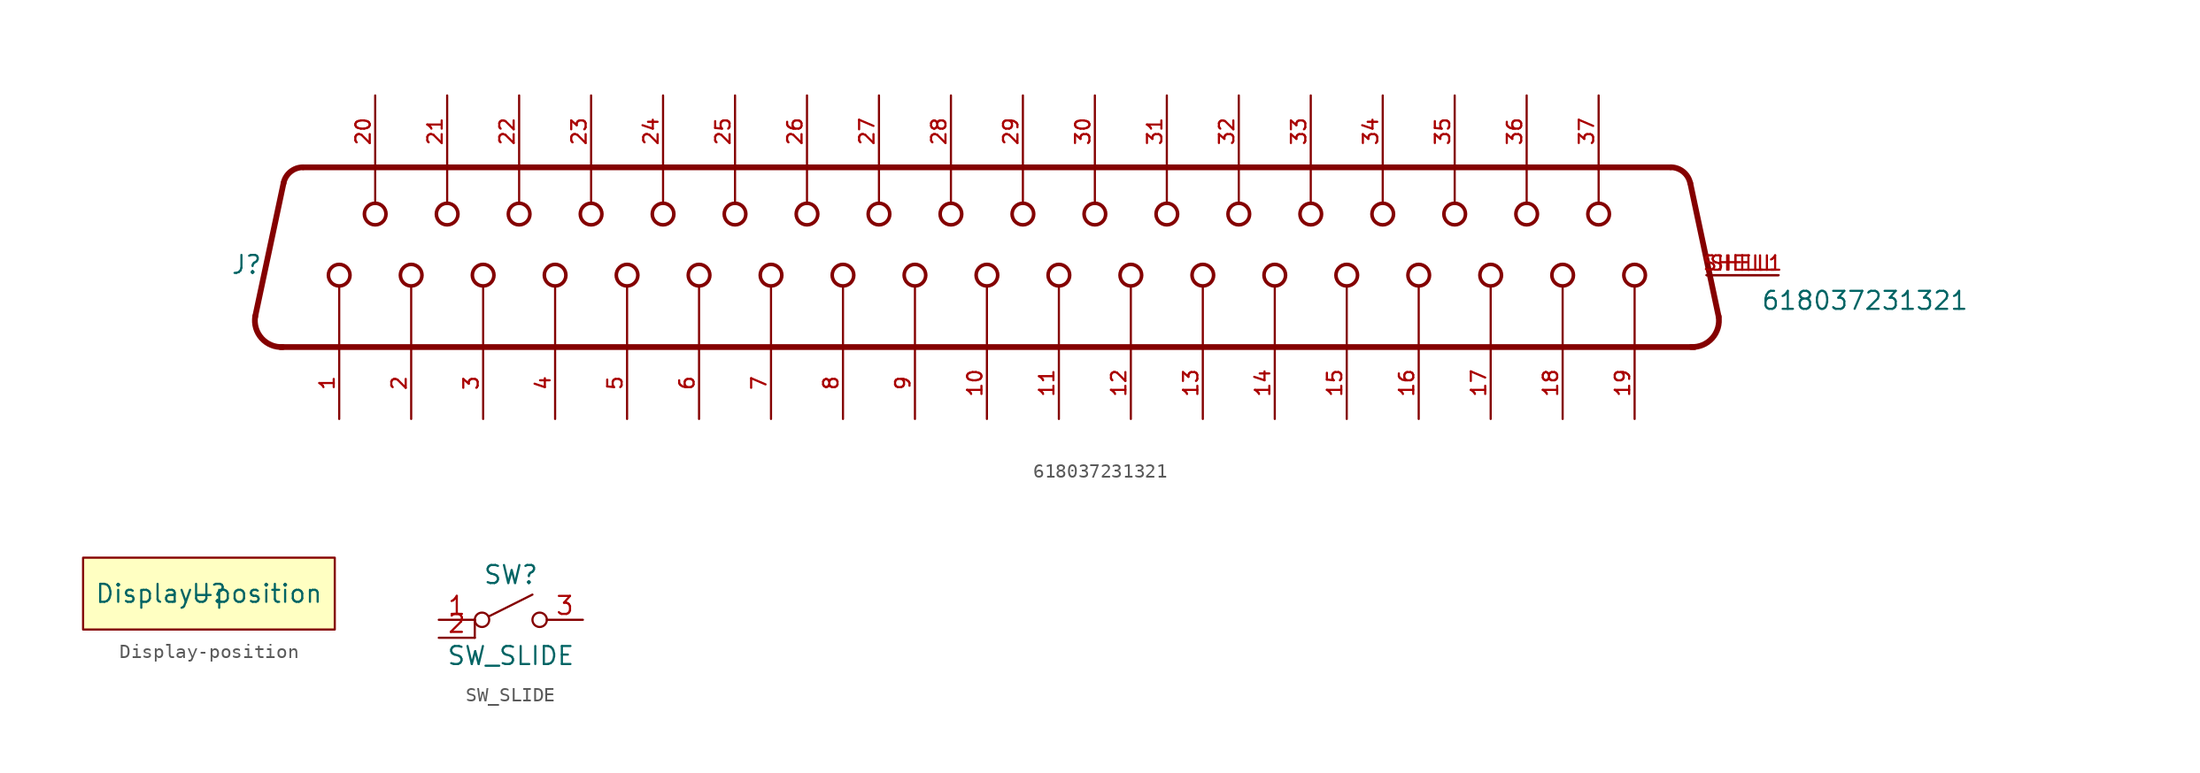
<source format=kicad_sym>
(kicad_symbol_lib
  (version 20220914)
  (generator kicad_symbol_editor)
  (symbol "618037231321"
    (pin_names
      (offset 1.016))
    (property "Reference" "J"
      (at -57.198 -0.002 0)
      (effects (font (size 1.27 1.27)) (justify left bottom)))
    (property "Value" "618037231321"
      (at 50.807 -2.54 0)
      (effects (font (size 1.27 1.27)) (justify left bottom)))
    (symbol "618037231321_0_0"
      (arc (start -55.4569 -2.9006) (mid -55.0079 -4.456) (end -53.5142 -5.078) (stroke (width 0.4064) (type default)) (fill (type none)))
      (arc (start -52.0918 7.624) (mid -52.9711 7.305) (end -53.4594 6.5054) (stroke (width 0.4064) (type default)) (fill (type none)))
      (circle (center -49.53 0) (radius 0.762) (stroke (width 0.254) (type default)) (fill (type none)))
      (circle (center -46.99 4.318) (radius 0.762) (stroke (width 0.254) (type default)) (fill (type none)))
      (circle (center -44.45 0) (radius 0.762) (stroke (width 0.254) (type default)) (fill (type none)))
      (circle (center -41.91 4.318) (radius 0.762) (stroke (width 0.254) (type default)) (fill (type none)))
      (circle (center -39.37 0) (radius 0.762) (stroke (width 0.254) (type default)) (fill (type none)))
      (circle (center -36.83 4.318) (radius 0.762) (stroke (width 0.254) (type default)) (fill (type none)))
      (circle (center -34.29 0) (radius 0.762) (stroke (width 0.254) (type default)) (fill (type none)))
      (circle (center -31.75 4.318) (radius 0.762) (stroke (width 0.254) (type default)) (fill (type none)))
      (circle (center -29.21 0) (radius 0.762) (stroke (width 0.254) (type default)) (fill (type none)))
      (circle (center -26.67 4.318) (radius 0.762) (stroke (width 0.254) (type default)) (fill (type none)))
      (circle (center -24.13 0) (radius 0.762) (stroke (width 0.254) (type default)) (fill (type none)))
      (circle (center -21.59 4.318) (radius 0.762) (stroke (width 0.254) (type default)) (fill (type none)))
      (circle (center -19.05 0) (radius 0.762) (stroke (width 0.254) (type default)) (fill (type none)))
      (circle (center -16.51 4.318) (radius 0.762) (stroke (width 0.254) (type default)) (fill (type none)))
      (circle (center -13.97 0) (radius 0.762) (stroke (width 0.254) (type default)) (fill (type none)))
      (circle (center -11.43 4.318) (radius 0.762) (stroke (width 0.254) (type default)) (fill (type none)))
      (circle (center -8.89 0) (radius 0.762) (stroke (width 0.254) (type default)) (fill (type none)))
      (circle (center -6.35 4.318) (radius 0.762) (stroke (width 0.254) (type default)) (fill (type none)))
      (circle (center -3.81 0) (radius 0.762) (stroke (width 0.254) (type default)) (fill (type none)))
      (circle (center -1.27 4.318) (radius 0.762) (stroke (width 0.254) (type default)) (fill (type none)))
      (polyline (pts (xy -55.466 -2.95) (xy -53.459 6.505)) (stroke (width 0.406) (type default)) (fill (type none)))
      (polyline (pts (xy -52.07 7.62) (xy 39.37 7.62)) (stroke (width 0.406) (type default)) (fill (type none)))
      (polyline (pts (xy -49.53 -5.08) (xy -49.53 -0.762)) (stroke (width 0.152) (type default)) (fill (type none)))
      (polyline (pts (xy -46.99 7.62) (xy -46.99 5.08)) (stroke (width 0.152) (type default)) (fill (type none)))
      (polyline (pts (xy -44.45 -5.08) (xy -44.45 -0.762)) (stroke (width 0.152) (type default)) (fill (type none)))
      (polyline (pts (xy -41.91 7.62) (xy -41.91 5.08)) (stroke (width 0.152) (type default)) (fill (type none)))
      (polyline (pts (xy -39.37 -5.08) (xy -39.37 -0.762)) (stroke (width 0.152) (type default)) (fill (type none)))
      (polyline (pts (xy -36.83 7.62) (xy -36.83 5.08)) (stroke (width 0.152) (type default)) (fill (type none)))
      (polyline (pts (xy -34.29 -5.08) (xy -34.29 -0.762)) (stroke (width 0.152) (type default)) (fill (type none)))
      (polyline (pts (xy -31.75 7.62) (xy -31.75 5.08)) (stroke (width 0.152) (type default)) (fill (type none)))
      (polyline (pts (xy -29.21 -5.08) (xy -29.21 -0.762)) (stroke (width 0.152) (type default)) (fill (type none)))
      (polyline (pts (xy -26.67 7.62) (xy -26.67 5.08)) (stroke (width 0.152) (type default)) (fill (type none)))
      (polyline (pts (xy -24.13 -5.08) (xy -24.13 -0.762)) (stroke (width 0.152) (type default)) (fill (type none)))
      (polyline (pts (xy -21.59 7.62) (xy -21.59 5.08)) (stroke (width 0.152) (type default)) (fill (type none)))
      (polyline (pts (xy -19.05 -5.08) (xy -19.05 -0.762)) (stroke (width 0.152) (type default)) (fill (type none)))
      (polyline (pts (xy -16.51 7.62) (xy -16.51 5.08)) (stroke (width 0.152) (type default)) (fill (type none)))
      (polyline (pts (xy -13.97 -5.08) (xy -13.97 -0.762)) (stroke (width 0.152) (type default)) (fill (type none)))
      (polyline (pts (xy -11.43 7.62) (xy -11.43 5.08)) (stroke (width 0.152) (type default)) (fill (type none)))
      (polyline (pts (xy -8.89 -5.08) (xy -8.89 -0.762)) (stroke (width 0.152) (type default)) (fill (type none)))
      (polyline (pts (xy -6.35 7.62) (xy -6.35 5.08)) (stroke (width 0.152) (type default)) (fill (type none)))
      (polyline (pts (xy -3.81 -5.08) (xy -3.81 -0.762)) (stroke (width 0.152) (type default)) (fill (type none)))
      (polyline (pts (xy -1.27 7.62) (xy -1.27 5.08)) (stroke (width 0.152) (type default)) (fill (type none)))
      (polyline (pts (xy 1.27 -5.08) (xy 1.27 -0.762)) (stroke (width 0.152) (type default)) (fill (type none)))
      (polyline (pts (xy 3.81 7.62) (xy 3.81 5.08)) (stroke (width 0.152) (type default)) (fill (type none)))
      (polyline (pts (xy 6.35 -5.08) (xy 6.35 -0.762)) (stroke (width 0.152) (type default)) (fill (type none)))
      (polyline (pts (xy 8.89 7.62) (xy 8.89 5.08)) (stroke (width 0.152) (type default)) (fill (type none)))
      (polyline (pts (xy 11.43 -5.08) (xy 11.43 -0.762)) (stroke (width 0.152) (type default)) (fill (type none)))
      (polyline (pts (xy 13.97 7.62) (xy 13.97 5.08)) (stroke (width 0.152) (type default)) (fill (type none)))
      (polyline (pts (xy 16.51 -5.08) (xy 16.51 -0.762)) (stroke (width 0.152) (type default)) (fill (type none)))
      (polyline (pts (xy 19.05 7.62) (xy 19.05 5.08)) (stroke (width 0.152) (type default)) (fill (type none)))
      (polyline (pts (xy 21.59 -5.08) (xy 21.59 -0.762)) (stroke (width 0.152) (type default)) (fill (type none)))
      (polyline (pts (xy 24.13 7.62) (xy 24.13 5.08)) (stroke (width 0.152) (type default)) (fill (type none)))
      (polyline (pts (xy 26.67 -5.08) (xy 26.67 -0.762)) (stroke (width 0.152) (type default)) (fill (type none)))
      (polyline (pts (xy 29.21 7.62) (xy 29.21 5.08)) (stroke (width 0.152) (type default)) (fill (type none)))
      (polyline (pts (xy 31.75 -5.08) (xy 31.75 -0.762)) (stroke (width 0.152) (type default)) (fill (type none)))
      (polyline (pts (xy 34.29 7.62) (xy 34.29 5.08)) (stroke (width 0.152) (type default)) (fill (type none)))
      (polyline (pts (xy 36.83 -5.08) (xy 36.83 -0.762)) (stroke (width 0.152) (type default)) (fill (type none)))
      (polyline (pts (xy 39.37 7.62) (xy 39.37 5.08)) (stroke (width 0.152) (type default)) (fill (type none)))
      (polyline (pts (xy 39.37 7.62) (xy 44.45 7.62)) (stroke (width 0.406) (type default)) (fill (type none)))
      (polyline (pts (xy 41.91 -5.08) (xy 41.91 -0.762)) (stroke (width 0.152) (type default)) (fill (type none)))
      (polyline (pts (xy 46.15 -5.08) (xy -53.67 -5.08)) (stroke (width 0.406) (type default)) (fill (type none)))
      (polyline (pts (xy 47.846 -2.95) (xy 45.839 6.505)) (stroke (width 0.406) (type default)) (fill (type none)))
      (circle (center 1.27 0) (radius 0.762) (stroke (width 0.254) (type default)) (fill (type none)))
      (circle (center 3.81 4.318) (radius 0.762) (stroke (width 0.254) (type default)) (fill (type none)))
      (circle (center 6.35 0) (radius 0.762) (stroke (width 0.254) (type default)) (fill (type none)))
      (circle (center 8.89 4.318) (radius 0.762) (stroke (width 0.254) (type default)) (fill (type none)))
      (circle (center 11.43 0) (radius 0.762) (stroke (width 0.254) (type default)) (fill (type none)))
      (circle (center 13.97 4.318) (radius 0.762) (stroke (width 0.254) (type default)) (fill (type none)))
      (circle (center 16.51 0) (radius 0.762) (stroke (width 0.254) (type default)) (fill (type none)))
      (circle (center 19.05 4.318) (radius 0.762) (stroke (width 0.254) (type default)) (fill (type none)))
      (circle (center 21.59 0) (radius 0.762) (stroke (width 0.254) (type default)) (fill (type none)))
      (circle (center 24.13 4.318) (radius 0.762) (stroke (width 0.254) (type default)) (fill (type none)))
      (circle (center 26.67 0) (radius 0.762) (stroke (width 0.254) (type default)) (fill (type none)))
      (circle (center 29.21 4.318) (radius 0.762) (stroke (width 0.254) (type default)) (fill (type none)))
      (circle (center 31.75 0) (radius 0.762) (stroke (width 0.254) (type default)) (fill (type none)))
      (circle (center 34.29 4.318) (radius 0.762) (stroke (width 0.254) (type default)) (fill (type none)))
      (circle (center 36.83 0) (radius 0.762) (stroke (width 0.254) (type default)) (fill (type none)))
      (circle (center 39.37 4.318) (radius 0.762) (stroke (width 0.254) (type default)) (fill (type none)))
      (circle (center 41.91 0) (radius 0.762) (stroke (width 0.254) (type default)) (fill (type none)))
      (arc (start 45.8394 6.5054) (mid 45.3527 7.3057) (end 44.4718 7.624) (stroke (width 0.4064) (type default)) (fill (type none)))
      (arc (start 45.8942 -5.078) (mid 47.3868 -4.4544) (end 47.8369 -2.9006) (stroke (width 0.4064) (type default)) (fill (type none)))
      (pin bidirectional line (at -49.53 -10.16 90) (length 5.08) (name "~" (effects (font (size 1.016 1.016)))) (number "1" (effects (font (size 1.016 1.016)))))
      (pin bidirectional line (at -3.81 -10.16 90) (length 5.08) (name "~" (effects (font (size 1.016 1.016)))) (number "10" (effects (font (size 1.016 1.016)))))
      (pin bidirectional line (at 1.27 -10.16 90) (length 5.08) (name "~" (effects (font (size 1.016 1.016)))) (number "11" (effects (font (size 1.016 1.016)))))
      (pin bidirectional line (at 6.35 -10.16 90) (length 5.08) (name "~" (effects (font (size 1.016 1.016)))) (number "12" (effects (font (size 1.016 1.016)))))
      (pin bidirectional line (at 11.43 -10.16 90) (length 5.08) (name "~" (effects (font (size 1.016 1.016)))) (number "13" (effects (font (size 1.016 1.016)))))
      (pin bidirectional line (at 16.51 -10.16 90) (length 5.08) (name "~" (effects (font (size 1.016 1.016)))) (number "14" (effects (font (size 1.016 1.016)))))
      (pin bidirectional line (at 21.59 -10.16 90) (length 5.08) (name "~" (effects (font (size 1.016 1.016)))) (number "15" (effects (font (size 1.016 1.016)))))
      (pin bidirectional line (at 26.67 -10.16 90) (length 5.08) (name "~" (effects (font (size 1.016 1.016)))) (number "16" (effects (font (size 1.016 1.016)))))
      (pin bidirectional line (at 31.75 -10.16 90) (length 5.08) (name "~" (effects (font (size 1.016 1.016)))) (number "17" (effects (font (size 1.016 1.016)))))
      (pin bidirectional line (at 36.83 -10.16 90) (length 5.08) (name "~" (effects (font (size 1.016 1.016)))) (number "18" (effects (font (size 1.016 1.016)))))
      (pin bidirectional line (at 41.91 -10.16 90) (length 5.08) (name "~" (effects (font (size 1.016 1.016)))) (number "19" (effects (font (size 1.016 1.016)))))
      (pin bidirectional line (at -44.45 -10.16 90) (length 5.08) (name "~" (effects (font (size 1.016 1.016)))) (number "2" (effects (font (size 1.016 1.016)))))
      (pin bidirectional line (at -46.99 12.7 270) (length 5.08) (name "~" (effects (font (size 1.016 1.016)))) (number "20" (effects (font (size 1.016 1.016)))))
      (pin bidirectional line (at -41.91 12.7 270) (length 5.08) (name "~" (effects (font (size 1.016 1.016)))) (number "21" (effects (font (size 1.016 1.016)))))
      (pin bidirectional line (at -36.83 12.7 270) (length 5.08) (name "~" (effects (font (size 1.016 1.016)))) (number "22" (effects (font (size 1.016 1.016)))))
      (pin bidirectional line (at -31.75 12.7 270) (length 5.08) (name "~" (effects (font (size 1.016 1.016)))) (number "23" (effects (font (size 1.016 1.016)))))
      (pin bidirectional line (at -26.67 12.7 270) (length 5.08) (name "~" (effects (font (size 1.016 1.016)))) (number "24" (effects (font (size 1.016 1.016)))))
      (pin bidirectional line (at -21.59 12.7 270) (length 5.08) (name "~" (effects (font (size 1.016 1.016)))) (number "25" (effects (font (size 1.016 1.016)))))
      (pin bidirectional line (at -16.51 12.7 270) (length 5.08) (name "~" (effects (font (size 1.016 1.016)))) (number "26" (effects (font (size 1.016 1.016)))))
      (pin bidirectional line (at -11.43 12.7 270) (length 5.08) (name "~" (effects (font (size 1.016 1.016)))) (number "27" (effects (font (size 1.016 1.016)))))
      (pin bidirectional line (at -6.35 12.7 270) (length 5.08) (name "~" (effects (font (size 1.016 1.016)))) (number "28" (effects (font (size 1.016 1.016)))))
      (pin bidirectional line (at -1.27 12.7 270) (length 5.08) (name "~" (effects (font (size 1.016 1.016)))) (number "29" (effects (font (size 1.016 1.016)))))
      (pin bidirectional line (at -39.37 -10.16 90) (length 5.08) (name "~" (effects (font (size 1.016 1.016)))) (number "3" (effects (font (size 1.016 1.016)))))
      (pin bidirectional line (at 3.81 12.7 270) (length 5.08) (name "~" (effects (font (size 1.016 1.016)))) (number "30" (effects (font (size 1.016 1.016)))))
      (pin bidirectional line (at 8.89 12.7 270) (length 5.08) (name "~" (effects (font (size 1.016 1.016)))) (number "31" (effects (font (size 1.016 1.016)))))
      (pin bidirectional line (at 13.97 12.7 270) (length 5.08) (name "~" (effects (font (size 1.016 1.016)))) (number "32" (effects (font (size 1.016 1.016)))))
      (pin bidirectional line (at 19.05 12.7 270) (length 5.08) (name "~" (effects (font (size 1.016 1.016)))) (number "33" (effects (font (size 1.016 1.016)))))
      (pin bidirectional line (at 24.13 12.7 270) (length 5.08) (name "~" (effects (font (size 1.016 1.016)))) (number "34" (effects (font (size 1.016 1.016)))))
      (pin bidirectional line (at 29.21 12.7 270) (length 5.08) (name "~" (effects (font (size 1.016 1.016)))) (number "35" (effects (font (size 1.016 1.016)))))
      (pin bidirectional line (at 34.29 12.7 270) (length 5.08) (name "~" (effects (font (size 1.016 1.016)))) (number "36" (effects (font (size 1.016 1.016)))))
      (pin bidirectional line (at 39.37 12.7 270) (length 5.08) (name "~" (effects (font (size 1.016 1.016)))) (number "37" (effects (font (size 1.016 1.016)))))
      (pin bidirectional line (at -34.29 -10.16 90) (length 5.08) (name "~" (effects (font (size 1.016 1.016)))) (number "4" (effects (font (size 1.016 1.016)))))
      (pin bidirectional line (at -29.21 -10.16 90) (length 5.08) (name "~" (effects (font (size 1.016 1.016)))) (number "5" (effects (font (size 1.016 1.016)))))
      (pin bidirectional line (at -24.13 -10.16 90) (length 5.08) (name "~" (effects (font (size 1.016 1.016)))) (number "6" (effects (font (size 1.016 1.016)))))
      (pin bidirectional line (at -19.05 -10.16 90) (length 5.08) (name "~" (effects (font (size 1.016 1.016)))) (number "7" (effects (font (size 1.016 1.016)))))
      (pin bidirectional line (at -13.97 -10.16 90) (length 5.08) (name "~" (effects (font (size 1.016 1.016)))) (number "8" (effects (font (size 1.016 1.016)))))
      (pin bidirectional line (at -8.89 -10.16 90) (length 5.08) (name "~" (effects (font (size 1.016 1.016)))) (number "9" (effects (font (size 1.016 1.016)))))
      (pin bidirectional line (at 52.07 0 180) (length 5.08) (name "~" (effects (font (size 1.016 1.016)))) (number "SHELL" (effects (font (size 1.016 1.016)))))
      (pin bidirectional line (at 52.07 0 180) (length 5.08) (name "~" (effects (font (size 1.016 1.016)))) (number "SHELL1" (effects (font (size 1.016 1.016)))))))
  (symbol "Display-position"
    (property "Reference" "U"
      (at 0 0 0)
      (effects (font (size 1.27 1.27))))
    (property "Value" "Display-position"
      (at 0 0 0)
      (effects (font (size 1.27 1.27))))
    (symbol "Display-position_0_1"
      (rectangle (start -8.89 2.54) (end 8.89 -2.54) (stroke (width 0.152) (type default)) (fill (type background)))))
  (symbol "SW_SLIDE"
    (pin_names
      (offset 0) hide)
    (property "Reference" "SW"
      (at 0 3.175 0)
      (effects (font (size 1.27 1.27))))
    (property "Value" "SW_SLIDE"
      (at 0 -2.54 0)
      (effects (font (size 1.27 1.27))))
    (symbol "SW_SLIDE_0_0"
      (circle (center -2.032 0) (radius 0.508) (stroke (width 0) (type default)) (fill (type none)))
      (polyline (pts (xy -1.524 0.254) (xy 1.524 1.778)) (stroke (width 0) (type default)) (fill (type none)))
      (circle (center 2.032 0) (radius 0.508) (stroke (width 0) (type default)) (fill (type none))))
    (symbol "SW_SLIDE_0_1"
      (polyline (pts (xy -2.54 -1.27) (xy -2.54 0)) (stroke (width 0) (type default)) (fill (type none))))
    (symbol "SW_SLIDE_1_0"
      (pin passive line (at 5.08 0 180) (length 2.54) (name "3" (effects (font (size 1.27 1.27)))) (number "3" (effects (font (size 1.27 1.27))))))
    (symbol "SW_SLIDE_1_1"
      (pin passive line (at -5.08 0 0) (length 2.54) (name "1" (effects (font (size 1.27 1.27)))) (number "1" (effects (font (size 1.27 1.27)))))
      (pin passive line (at -5.08 -1.27 0) (length 2.54) (name "2" (effects (font (size 1.27 1.27)))) (number "2" (effects (font (size 1.27 1.27))))))))
</source>
